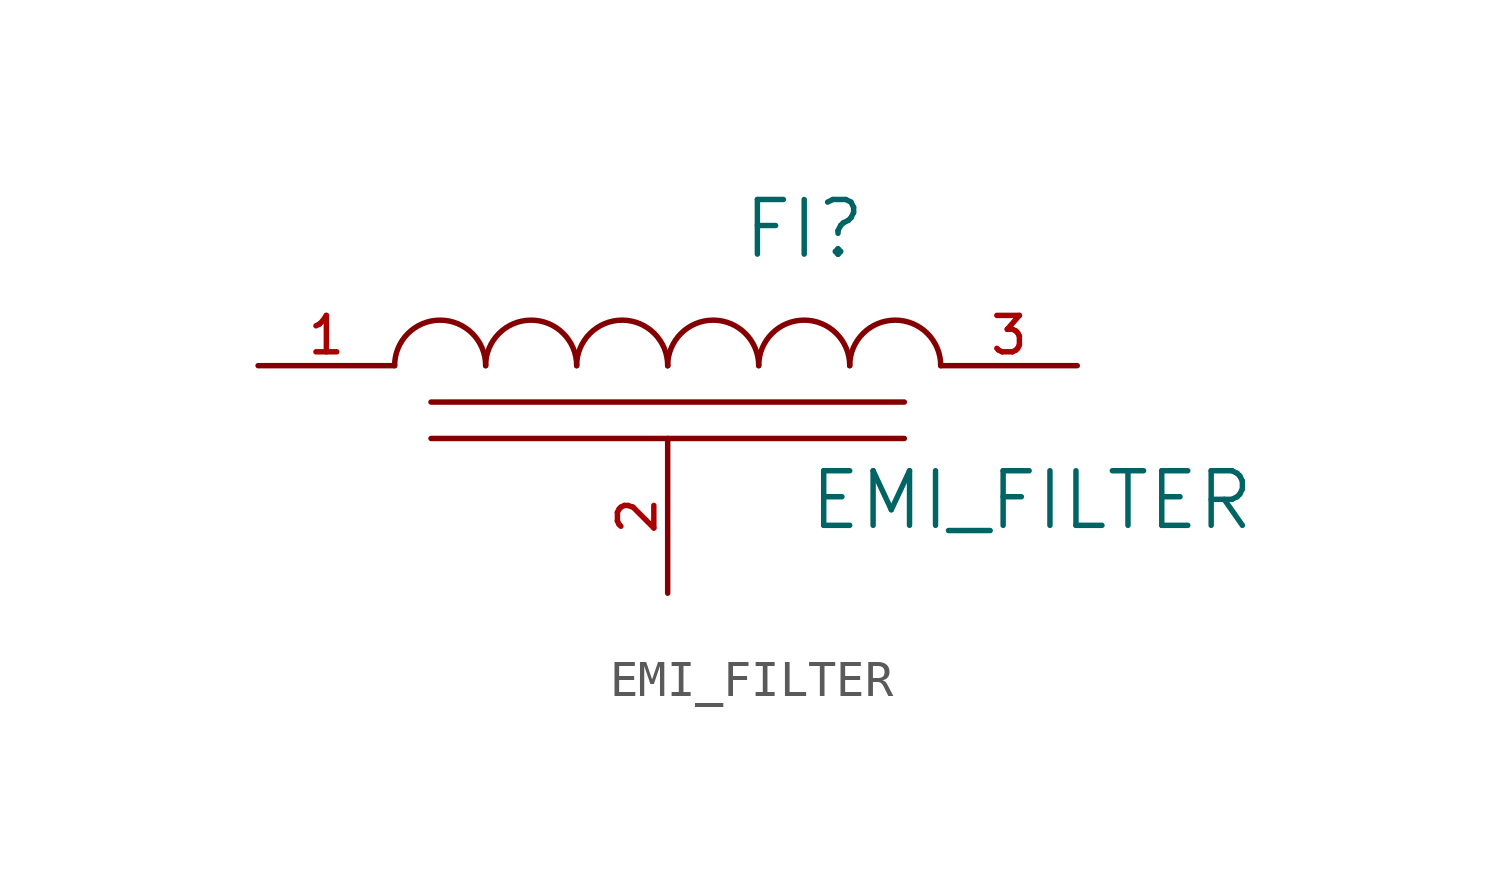
<source format=kicad_sym>
(kicad_symbol_lib
  (version 20220914)
  (generator kicad_symbol_editor)
  (symbol "EMI_FILTER"
    (pin_names
      (offset 1.016) hide)
    (property "Reference" "FI"
      (at 3.81 3.81 0)
      (effects (font (size 1.524 1.524))))
    (property "Value" "EMI_FILTER"
      (at 10.16 -3.759 0)
      (effects (font (size 1.524 1.524))))
    (symbol "EMI_FILTER_0_1"
      (arc (start -5.08 0) (mid -6.35 1.2645) (end -7.62 0) (stroke (width 0) (type solid)) (fill (type none)))
      (arc (start -2.54 0) (mid -3.81 1.2645) (end -5.08 0) (stroke (width 0) (type solid)) (fill (type none)))
      (arc (start 0 0) (mid -1.27 1.2645) (end -2.54 0) (stroke (width 0) (type solid)) (fill (type none)))
      (arc (start 0 0) (mid 0 0) (end 0 0) (stroke (width 0) (type solid)) (fill (type none)))
      (polyline (pts (xy -6.604 -2.032) (xy 6.604 -2.032) (xy 6.604 -2.032)) (stroke (width 0) (type solid)) (fill (type none)))
      (polyline (pts (xy -6.604 -1.016) (xy 6.604 -1.016) (xy 6.604 -1.016) (xy 6.604 -1.016) (xy 6.604 -1.016)) (stroke (width 0) (type solid)) (fill (type none)))
      (arc (start 2.54 0) (mid 1.27 1.2645) (end 0 0) (stroke (width 0) (type solid)) (fill (type none)))
      (arc (start 5.08 0) (mid 3.81 1.2645) (end 2.54 0) (stroke (width 0) (type solid)) (fill (type none)))
      (arc (start 7.62 0) (mid 6.35 1.2645) (end 5.08 0) (stroke (width 0) (type solid)) (fill (type none))))
    (symbol "EMI_FILTER_1_1"
      (pin passive line (at -11.43 0 0) (length 3.81) (name "VI" (effects (font (size 1.016 1.016)))) (number "1" (effects (font (size 1.016 1.016)))))
      (pin passive line (at 0 -6.35 90) (length 4.318) (name "GND" (effects (font (size 1.016 1.016)))) (number "2" (effects (font (size 1.016 1.016)))))
      (pin passive line (at 11.43 0 180) (length 3.81) (name "VO" (effects (font (size 1.016 1.016)))) (number "3" (effects (font (size 1.016 1.016))))))))
</source>
